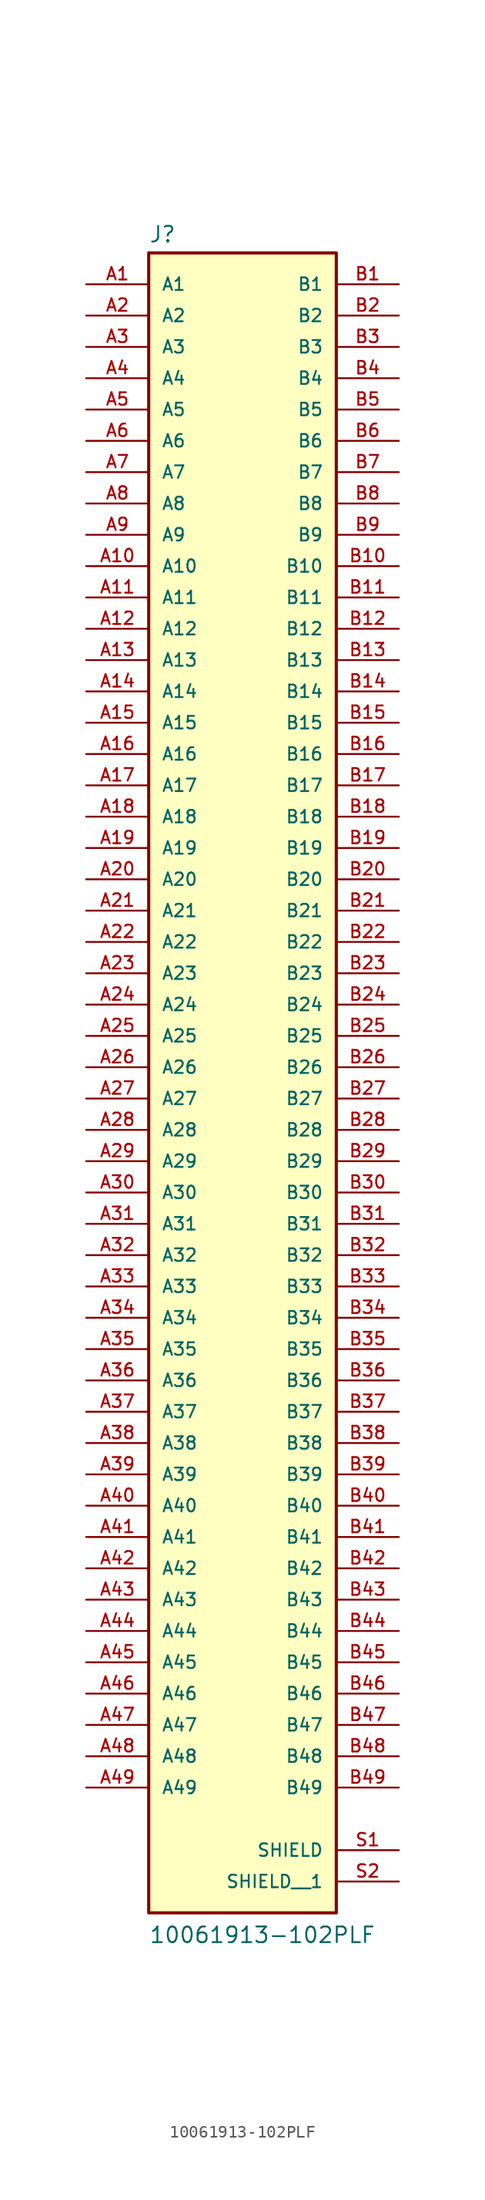
<source format=kicad_sym>
(kicad_symbol_lib
  (version 20211014)
  (generator kicad_symbol_editor)
  (symbol "10061913-102PLF"
    (pin_names
      (offset 1.016))
    (property "Reference" "J"
      (at -7.62 66.802 0)
      (effects (font (size 1.27 1.27)) (justify bottom left)))
    (property "Value" "10061913-102PLF"
      (at -7.62 -71.12 0)
      (effects (font (size 1.27 1.27)) (justify bottom left)))
    (symbol "10061913-102PLF_0_0"
      (rectangle (start -7.62 -68.58) (end 7.62 66.04) (stroke (width 0.254)) (fill (type background)))
      (pin passive line (at -12.7 63.5 0) (length 5.08) (name "A1" (effects (font (size 1.016 1.016)))) (number "A1" (effects (font (size 1.016 1.016)))))
      (pin passive line (at 12.7 63.5 180.0) (length 5.08) (name "B1" (effects (font (size 1.016 1.016)))) (number "B1" (effects (font (size 1.016 1.016)))))
      (pin passive line (at -12.7 60.96 0) (length 5.08) (name "A2" (effects (font (size 1.016 1.016)))) (number "A2" (effects (font (size 1.016 1.016)))))
      (pin passive line (at 12.7 60.96 180.0) (length 5.08) (name "B2" (effects (font (size 1.016 1.016)))) (number "B2" (effects (font (size 1.016 1.016)))))
      (pin passive line (at -12.7 58.42 0) (length 5.08) (name "A3" (effects (font (size 1.016 1.016)))) (number "A3" (effects (font (size 1.016 1.016)))))
      (pin passive line (at 12.7 58.42 180.0) (length 5.08) (name "B3" (effects (font (size 1.016 1.016)))) (number "B3" (effects (font (size 1.016 1.016)))))
      (pin passive line (at -12.7 55.88 0) (length 5.08) (name "A4" (effects (font (size 1.016 1.016)))) (number "A4" (effects (font (size 1.016 1.016)))))
      (pin passive line (at 12.7 55.88 180.0) (length 5.08) (name "B4" (effects (font (size 1.016 1.016)))) (number "B4" (effects (font (size 1.016 1.016)))))
      (pin passive line (at -12.7 53.34 0) (length 5.08) (name "A5" (effects (font (size 1.016 1.016)))) (number "A5" (effects (font (size 1.016 1.016)))))
      (pin passive line (at 12.7 53.34 180.0) (length 5.08) (name "B5" (effects (font (size 1.016 1.016)))) (number "B5" (effects (font (size 1.016 1.016)))))
      (pin passive line (at -12.7 50.8 0) (length 5.08) (name "A6" (effects (font (size 1.016 1.016)))) (number "A6" (effects (font (size 1.016 1.016)))))
      (pin passive line (at 12.7 50.8 180.0) (length 5.08) (name "B6" (effects (font (size 1.016 1.016)))) (number "B6" (effects (font (size 1.016 1.016)))))
      (pin passive line (at -12.7 48.26 0) (length 5.08) (name "A7" (effects (font (size 1.016 1.016)))) (number "A7" (effects (font (size 1.016 1.016)))))
      (pin passive line (at 12.7 48.26 180.0) (length 5.08) (name "B7" (effects (font (size 1.016 1.016)))) (number "B7" (effects (font (size 1.016 1.016)))))
      (pin passive line (at -12.7 45.72 0) (length 5.08) (name "A8" (effects (font (size 1.016 1.016)))) (number "A8" (effects (font (size 1.016 1.016)))))
      (pin passive line (at 12.7 45.72 180.0) (length 5.08) (name "B8" (effects (font (size 1.016 1.016)))) (number "B8" (effects (font (size 1.016 1.016)))))
      (pin passive line (at -12.7 43.18 0) (length 5.08) (name "A9" (effects (font (size 1.016 1.016)))) (number "A9" (effects (font (size 1.016 1.016)))))
      (pin passive line (at 12.7 43.18 180.0) (length 5.08) (name "B9" (effects (font (size 1.016 1.016)))) (number "B9" (effects (font (size 1.016 1.016)))))
      (pin passive line (at -12.7 40.64 0) (length 5.08) (name "A10" (effects (font (size 1.016 1.016)))) (number "A10" (effects (font (size 1.016 1.016)))))
      (pin passive line (at 12.7 40.64 180.0) (length 5.08) (name "B10" (effects (font (size 1.016 1.016)))) (number "B10" (effects (font (size 1.016 1.016)))))
      (pin passive line (at -12.7 38.1 0) (length 5.08) (name "A11" (effects (font (size 1.016 1.016)))) (number "A11" (effects (font (size 1.016 1.016)))))
      (pin passive line (at 12.7 38.1 180.0) (length 5.08) (name "B11" (effects (font (size 1.016 1.016)))) (number "B11" (effects (font (size 1.016 1.016)))))
      (pin passive line (at -12.7 35.56 0) (length 5.08) (name "A12" (effects (font (size 1.016 1.016)))) (number "A12" (effects (font (size 1.016 1.016)))))
      (pin passive line (at 12.7 35.56 180.0) (length 5.08) (name "B12" (effects (font (size 1.016 1.016)))) (number "B12" (effects (font (size 1.016 1.016)))))
      (pin passive line (at -12.7 33.02 0) (length 5.08) (name "A13" (effects (font (size 1.016 1.016)))) (number "A13" (effects (font (size 1.016 1.016)))))
      (pin passive line (at 12.7 33.02 180.0) (length 5.08) (name "B13" (effects (font (size 1.016 1.016)))) (number "B13" (effects (font (size 1.016 1.016)))))
      (pin passive line (at -12.7 30.48 0) (length 5.08) (name "A14" (effects (font (size 1.016 1.016)))) (number "A14" (effects (font (size 1.016 1.016)))))
      (pin passive line (at 12.7 30.48 180.0) (length 5.08) (name "B14" (effects (font (size 1.016 1.016)))) (number "B14" (effects (font (size 1.016 1.016)))))
      (pin passive line (at -12.7 27.94 0) (length 5.08) (name "A15" (effects (font (size 1.016 1.016)))) (number "A15" (effects (font (size 1.016 1.016)))))
      (pin passive line (at 12.7 27.94 180.0) (length 5.08) (name "B15" (effects (font (size 1.016 1.016)))) (number "B15" (effects (font (size 1.016 1.016)))))
      (pin passive line (at -12.7 25.4 0) (length 5.08) (name "A16" (effects (font (size 1.016 1.016)))) (number "A16" (effects (font (size 1.016 1.016)))))
      (pin passive line (at 12.7 25.4 180.0) (length 5.08) (name "B16" (effects (font (size 1.016 1.016)))) (number "B16" (effects (font (size 1.016 1.016)))))
      (pin passive line (at -12.7 22.86 0) (length 5.08) (name "A17" (effects (font (size 1.016 1.016)))) (number "A17" (effects (font (size 1.016 1.016)))))
      (pin passive line (at 12.7 22.86 180.0) (length 5.08) (name "B17" (effects (font (size 1.016 1.016)))) (number "B17" (effects (font (size 1.016 1.016)))))
      (pin passive line (at -12.7 20.32 0) (length 5.08) (name "A18" (effects (font (size 1.016 1.016)))) (number "A18" (effects (font (size 1.016 1.016)))))
      (pin passive line (at 12.7 20.32 180.0) (length 5.08) (name "B18" (effects (font (size 1.016 1.016)))) (number "B18" (effects (font (size 1.016 1.016)))))
      (pin passive line (at -12.7 17.78 0) (length 5.08) (name "A19" (effects (font (size 1.016 1.016)))) (number "A19" (effects (font (size 1.016 1.016)))))
      (pin passive line (at 12.7 17.78 180.0) (length 5.08) (name "B19" (effects (font (size 1.016 1.016)))) (number "B19" (effects (font (size 1.016 1.016)))))
      (pin passive line (at -12.7 15.24 0) (length 5.08) (name "A20" (effects (font (size 1.016 1.016)))) (number "A20" (effects (font (size 1.016 1.016)))))
      (pin passive line (at 12.7 15.24 180.0) (length 5.08) (name "B20" (effects (font (size 1.016 1.016)))) (number "B20" (effects (font (size 1.016 1.016)))))
      (pin passive line (at -12.7 12.7 0) (length 5.08) (name "A21" (effects (font (size 1.016 1.016)))) (number "A21" (effects (font (size 1.016 1.016)))))
      (pin passive line (at 12.7 12.7 180.0) (length 5.08) (name "B21" (effects (font (size 1.016 1.016)))) (number "B21" (effects (font (size 1.016 1.016)))))
      (pin passive line (at -12.7 10.16 0) (length 5.08) (name "A22" (effects (font (size 1.016 1.016)))) (number "A22" (effects (font (size 1.016 1.016)))))
      (pin passive line (at 12.7 10.16 180.0) (length 5.08) (name "B22" (effects (font (size 1.016 1.016)))) (number "B22" (effects (font (size 1.016 1.016)))))
      (pin passive line (at -12.7 7.62 0) (length 5.08) (name "A23" (effects (font (size 1.016 1.016)))) (number "A23" (effects (font (size 1.016 1.016)))))
      (pin passive line (at 12.7 7.62 180.0) (length 5.08) (name "B23" (effects (font (size 1.016 1.016)))) (number "B23" (effects (font (size 1.016 1.016)))))
      (pin passive line (at -12.7 5.08 0) (length 5.08) (name "A24" (effects (font (size 1.016 1.016)))) (number "A24" (effects (font (size 1.016 1.016)))))
      (pin passive line (at 12.7 5.08 180.0) (length 5.08) (name "B24" (effects (font (size 1.016 1.016)))) (number "B24" (effects (font (size 1.016 1.016)))))
      (pin passive line (at -12.7 2.54 0) (length 5.08) (name "A25" (effects (font (size 1.016 1.016)))) (number "A25" (effects (font (size 1.016 1.016)))))
      (pin passive line (at 12.7 2.54 180.0) (length 5.08) (name "B25" (effects (font (size 1.016 1.016)))) (number "B25" (effects (font (size 1.016 1.016)))))
      (pin passive line (at -12.7 0.0 0) (length 5.08) (name "A26" (effects (font (size 1.016 1.016)))) (number "A26" (effects (font (size 1.016 1.016)))))
      (pin passive line (at 12.7 0.0 180.0) (length 5.08) (name "B26" (effects (font (size 1.016 1.016)))) (number "B26" (effects (font (size 1.016 1.016)))))
      (pin passive line (at -12.7 -2.54 0) (length 5.08) (name "A27" (effects (font (size 1.016 1.016)))) (number "A27" (effects (font (size 1.016 1.016)))))
      (pin passive line (at 12.7 -2.54 180.0) (length 5.08) (name "B27" (effects (font (size 1.016 1.016)))) (number "B27" (effects (font (size 1.016 1.016)))))
      (pin passive line (at -12.7 -5.08 0) (length 5.08) (name "A28" (effects (font (size 1.016 1.016)))) (number "A28" (effects (font (size 1.016 1.016)))))
      (pin passive line (at 12.7 -5.08 180.0) (length 5.08) (name "B28" (effects (font (size 1.016 1.016)))) (number "B28" (effects (font (size 1.016 1.016)))))
      (pin passive line (at -12.7 -7.62 0) (length 5.08) (name "A29" (effects (font (size 1.016 1.016)))) (number "A29" (effects (font (size 1.016 1.016)))))
      (pin passive line (at 12.7 -7.62 180.0) (length 5.08) (name "B29" (effects (font (size 1.016 1.016)))) (number "B29" (effects (font (size 1.016 1.016)))))
      (pin passive line (at -12.7 -10.16 0) (length 5.08) (name "A30" (effects (font (size 1.016 1.016)))) (number "A30" (effects (font (size 1.016 1.016)))))
      (pin passive line (at 12.7 -10.16 180.0) (length 5.08) (name "B30" (effects (font (size 1.016 1.016)))) (number "B30" (effects (font (size 1.016 1.016)))))
      (pin passive line (at -12.7 -12.7 0) (length 5.08) (name "A31" (effects (font (size 1.016 1.016)))) (number "A31" (effects (font (size 1.016 1.016)))))
      (pin passive line (at 12.7 -12.7 180.0) (length 5.08) (name "B31" (effects (font (size 1.016 1.016)))) (number "B31" (effects (font (size 1.016 1.016)))))
      (pin passive line (at -12.7 -15.24 0) (length 5.08) (name "A32" (effects (font (size 1.016 1.016)))) (number "A32" (effects (font (size 1.016 1.016)))))
      (pin passive line (at 12.7 -15.24 180.0) (length 5.08) (name "B32" (effects (font (size 1.016 1.016)))) (number "B32" (effects (font (size 1.016 1.016)))))
      (pin passive line (at 12.7 -63.5 180.0) (length 5.08) (name "SHIELD" (effects (font (size 1.016 1.016)))) (number "S1" (effects (font (size 1.016 1.016)))))
      (pin passive line (at -12.7 -17.78 0) (length 5.08) (name "A33" (effects (font (size 1.016 1.016)))) (number "A33" (effects (font (size 1.016 1.016)))))
      (pin passive line (at -12.7 -20.32 0) (length 5.08) (name "A34" (effects (font (size 1.016 1.016)))) (number "A34" (effects (font (size 1.016 1.016)))))
      (pin passive line (at -12.7 -22.86 0) (length 5.08) (name "A35" (effects (font (size 1.016 1.016)))) (number "A35" (effects (font (size 1.016 1.016)))))
      (pin passive line (at -12.7 -25.4 0) (length 5.08) (name "A36" (effects (font (size 1.016 1.016)))) (number "A36" (effects (font (size 1.016 1.016)))))
      (pin passive line (at -12.7 -27.94 0) (length 5.08) (name "A37" (effects (font (size 1.016 1.016)))) (number "A37" (effects (font (size 1.016 1.016)))))
      (pin passive line (at -12.7 -30.48 0) (length 5.08) (name "A38" (effects (font (size 1.016 1.016)))) (number "A38" (effects (font (size 1.016 1.016)))))
      (pin passive line (at -12.7 -33.02 0) (length 5.08) (name "A39" (effects (font (size 1.016 1.016)))) (number "A39" (effects (font (size 1.016 1.016)))))
      (pin passive line (at -12.7 -35.56 0) (length 5.08) (name "A40" (effects (font (size 1.016 1.016)))) (number "A40" (effects (font (size 1.016 1.016)))))
      (pin passive line (at -12.7 -38.1 0) (length 5.08) (name "A41" (effects (font (size 1.016 1.016)))) (number "A41" (effects (font (size 1.016 1.016)))))
      (pin passive line (at -12.7 -40.64 0) (length 5.08) (name "A42" (effects (font (size 1.016 1.016)))) (number "A42" (effects (font (size 1.016 1.016)))))
      (pin passive line (at -12.7 -43.18 0) (length 5.08) (name "A43" (effects (font (size 1.016 1.016)))) (number "A43" (effects (font (size 1.016 1.016)))))
      (pin passive line (at -12.7 -45.72 0) (length 5.08) (name "A44" (effects (font (size 1.016 1.016)))) (number "A44" (effects (font (size 1.016 1.016)))))
      (pin passive line (at -12.7 -48.26 0) (length 5.08) (name "A45" (effects (font (size 1.016 1.016)))) (number "A45" (effects (font (size 1.016 1.016)))))
      (pin passive line (at -12.7 -50.8 0) (length 5.08) (name "A46" (effects (font (size 1.016 1.016)))) (number "A46" (effects (font (size 1.016 1.016)))))
      (pin passive line (at -12.7 -53.34 0) (length 5.08) (name "A47" (effects (font (size 1.016 1.016)))) (number "A47" (effects (font (size 1.016 1.016)))))
      (pin passive line (at -12.7 -55.88 0) (length 5.08) (name "A48" (effects (font (size 1.016 1.016)))) (number "A48" (effects (font (size 1.016 1.016)))))
      (pin passive line (at -12.7 -58.42 0) (length 5.08) (name "A49" (effects (font (size 1.016 1.016)))) (number "A49" (effects (font (size 1.016 1.016)))))
      (pin passive line (at 12.7 -17.78 180.0) (length 5.08) (name "B33" (effects (font (size 1.016 1.016)))) (number "B33" (effects (font (size 1.016 1.016)))))
      (pin passive line (at 12.7 -20.32 180.0) (length 5.08) (name "B34" (effects (font (size 1.016 1.016)))) (number "B34" (effects (font (size 1.016 1.016)))))
      (pin passive line (at 12.7 -22.86 180.0) (length 5.08) (name "B35" (effects (font (size 1.016 1.016)))) (number "B35" (effects (font (size 1.016 1.016)))))
      (pin passive line (at 12.7 -25.4 180.0) (length 5.08) (name "B36" (effects (font (size 1.016 1.016)))) (number "B36" (effects (font (size 1.016 1.016)))))
      (pin passive line (at 12.7 -27.94 180.0) (length 5.08) (name "B37" (effects (font (size 1.016 1.016)))) (number "B37" (effects (font (size 1.016 1.016)))))
      (pin passive line (at 12.7 -30.48 180.0) (length 5.08) (name "B38" (effects (font (size 1.016 1.016)))) (number "B38" (effects (font (size 1.016 1.016)))))
      (pin passive line (at 12.7 -33.02 180.0) (length 5.08) (name "B39" (effects (font (size 1.016 1.016)))) (number "B39" (effects (font (size 1.016 1.016)))))
      (pin passive line (at 12.7 -35.56 180.0) (length 5.08) (name "B40" (effects (font (size 1.016 1.016)))) (number "B40" (effects (font (size 1.016 1.016)))))
      (pin passive line (at 12.7 -38.1 180.0) (length 5.08) (name "B41" (effects (font (size 1.016 1.016)))) (number "B41" (effects (font (size 1.016 1.016)))))
      (pin passive line (at 12.7 -40.64 180.0) (length 5.08) (name "B42" (effects (font (size 1.016 1.016)))) (number "B42" (effects (font (size 1.016 1.016)))))
      (pin passive line (at 12.7 -43.18 180.0) (length 5.08) (name "B43" (effects (font (size 1.016 1.016)))) (number "B43" (effects (font (size 1.016 1.016)))))
      (pin passive line (at 12.7 -45.72 180.0) (length 5.08) (name "B44" (effects (font (size 1.016 1.016)))) (number "B44" (effects (font (size 1.016 1.016)))))
      (pin passive line (at 12.7 -48.26 180.0) (length 5.08) (name "B45" (effects (font (size 1.016 1.016)))) (number "B45" (effects (font (size 1.016 1.016)))))
      (pin passive line (at 12.7 -50.8 180.0) (length 5.08) (name "B46" (effects (font (size 1.016 1.016)))) (number "B46" (effects (font (size 1.016 1.016)))))
      (pin passive line (at 12.7 -53.34 180.0) (length 5.08) (name "B47" (effects (font (size 1.016 1.016)))) (number "B47" (effects (font (size 1.016 1.016)))))
      (pin passive line (at 12.7 -55.88 180.0) (length 5.08) (name "B48" (effects (font (size 1.016 1.016)))) (number "B48" (effects (font (size 1.016 1.016)))))
      (pin passive line (at 12.7 -58.42 180.0) (length 5.08) (name "B49" (effects (font (size 1.016 1.016)))) (number "B49" (effects (font (size 1.016 1.016)))))
      (pin passive line (at 12.7 -66.04 180.0) (length 5.08) (name "SHIELD__1" (effects (font (size 1.016 1.016)))) (number "S2" (effects (font (size 1.016 1.016))))))))
</source>
